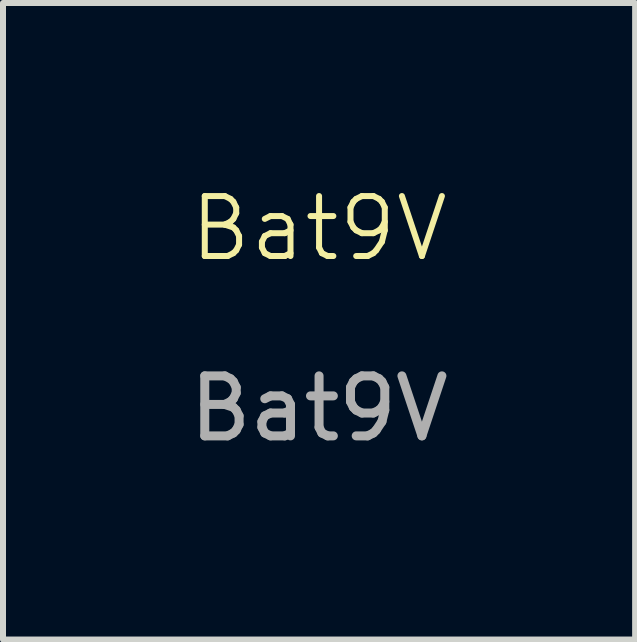
<source format=kicad_pcb>
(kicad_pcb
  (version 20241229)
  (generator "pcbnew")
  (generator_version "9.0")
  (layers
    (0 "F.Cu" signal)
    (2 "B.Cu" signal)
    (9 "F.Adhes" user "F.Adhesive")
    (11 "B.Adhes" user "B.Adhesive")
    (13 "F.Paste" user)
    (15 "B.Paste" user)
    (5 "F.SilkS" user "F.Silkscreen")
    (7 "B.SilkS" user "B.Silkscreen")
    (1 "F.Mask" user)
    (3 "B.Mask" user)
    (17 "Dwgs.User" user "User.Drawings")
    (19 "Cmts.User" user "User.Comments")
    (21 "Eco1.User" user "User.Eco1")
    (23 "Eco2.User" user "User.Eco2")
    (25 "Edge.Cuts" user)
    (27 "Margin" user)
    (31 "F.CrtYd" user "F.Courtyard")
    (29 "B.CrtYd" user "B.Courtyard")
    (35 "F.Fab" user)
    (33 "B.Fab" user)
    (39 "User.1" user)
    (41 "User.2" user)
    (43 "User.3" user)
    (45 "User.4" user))
  (footprint "Bat9V"
    (layer "F.Cu")
    (at 2.268 1.26)
    (property "Reference" "Bat9V" (at 0 -0.5 0) (unlocked yes) (layer "F.SilkS") (effects (font (size 1 1) (thickness 0.1))))
    (attr smd)
    (fp_text user "${REFERENCE}" (at 0 2.5 0) (unlocked yes) (layer "F.Fab") (effects (font (size 1 1) (thickness 0.15)))))
  (gr_rect
    (start -3 -3)
    (end 7.536 7.609)
    (stroke (width 0.1) (type default))
    (fill no)
    (layer "Edge.Cuts")))
</source>
